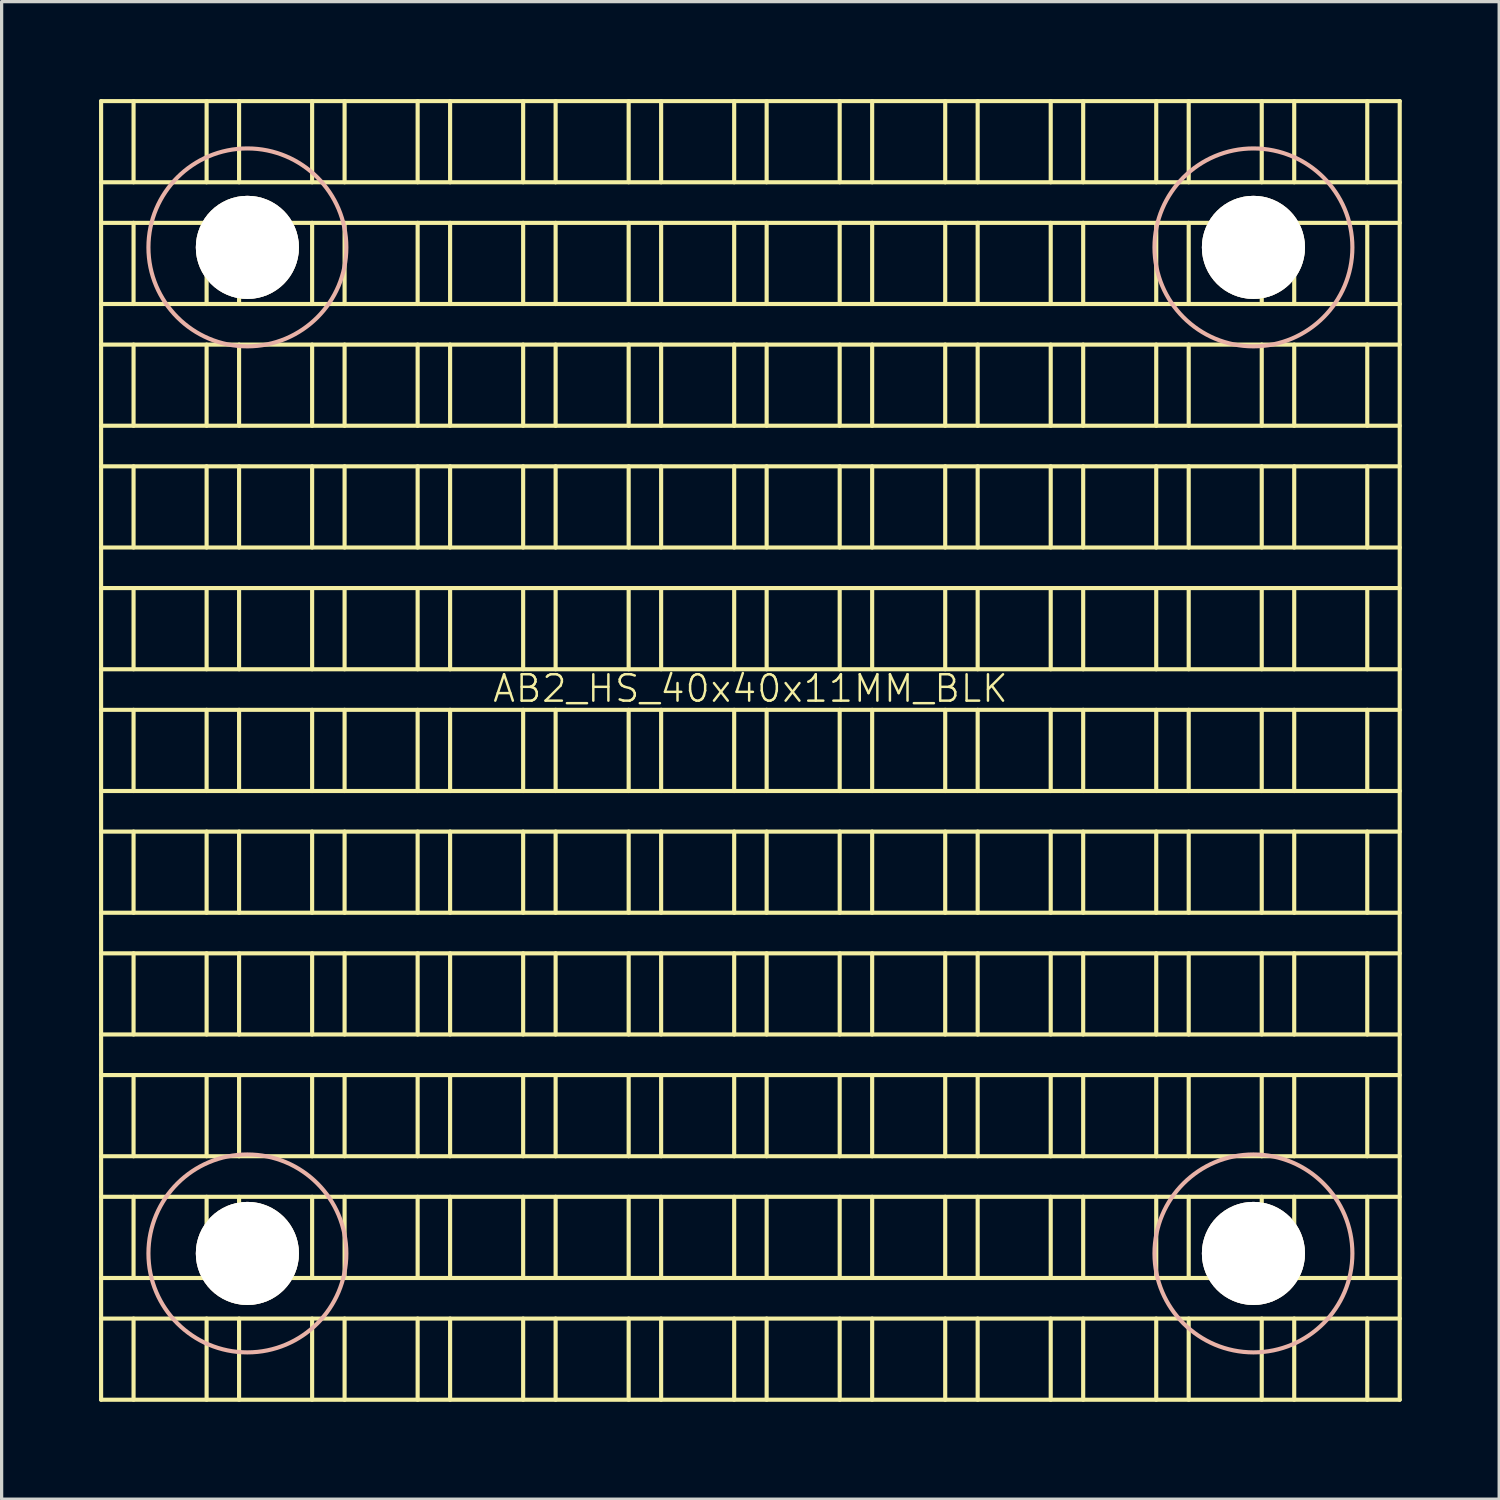
<source format=kicad_pcb>
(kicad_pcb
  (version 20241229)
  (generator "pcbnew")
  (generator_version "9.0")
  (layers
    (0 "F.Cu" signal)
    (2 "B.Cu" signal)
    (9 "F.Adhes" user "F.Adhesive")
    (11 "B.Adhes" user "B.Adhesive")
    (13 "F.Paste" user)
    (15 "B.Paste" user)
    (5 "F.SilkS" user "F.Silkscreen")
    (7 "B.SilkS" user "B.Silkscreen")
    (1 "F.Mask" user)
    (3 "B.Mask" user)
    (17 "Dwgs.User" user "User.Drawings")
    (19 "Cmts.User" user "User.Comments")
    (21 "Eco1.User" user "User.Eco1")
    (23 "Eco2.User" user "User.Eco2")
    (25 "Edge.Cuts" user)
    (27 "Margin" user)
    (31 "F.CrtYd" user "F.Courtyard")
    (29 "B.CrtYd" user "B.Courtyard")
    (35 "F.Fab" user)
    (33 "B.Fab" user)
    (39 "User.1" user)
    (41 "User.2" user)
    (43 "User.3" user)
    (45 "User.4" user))
  (footprint "AB2_HS_40x40x11MM_BLK"
    (layer "F.Cu")
    (at 20.064 20.064)
    (property "Reference" "AB2_HS_40x40x11MM_BLK" (at 0 -1.905 0) (layer "F.SilkS") (effects (font (size 0.813 0.813) (thickness 0.076))))
    (attr through_hole)
    (fp_line (start -20 -20) (end 20 -20) (stroke (width 0.127) (type solid)) (layer "F.SilkS"))
    (fp_line (start -20 -17.5) (end 20 -17.5) (stroke (width 0.127) (type solid)) (layer "F.SilkS"))
    (fp_line (start -20 -16.25) (end 20 -16.25) (stroke (width 0.127) (type solid)) (layer "F.SilkS"))
    (fp_line (start -20 -13.75) (end 20 -13.75) (stroke (width 0.127) (type solid)) (layer "F.SilkS"))
    (fp_line (start -20 -12.5) (end 20 -12.5) (stroke (width 0.127) (type solid)) (layer "F.SilkS"))
    (fp_line (start -20 -10) (end 20 -10) (stroke (width 0.127) (type solid)) (layer "F.SilkS"))
    (fp_line (start -20 -8.75) (end 20 -8.75) (stroke (width 0.127) (type solid)) (layer "F.SilkS"))
    (fp_line (start -20 -6.25) (end 20 -6.25) (stroke (width 0.127) (type solid)) (layer "F.SilkS"))
    (fp_line (start -20 -5) (end 20 -5) (stroke (width 0.127) (type solid)) (layer "F.SilkS"))
    (fp_line (start -20 -2.5) (end 20 -2.5) (stroke (width 0.127) (type solid)) (layer "F.SilkS"))
    (fp_line (start -20 -1.25) (end 20 -1.25) (stroke (width 0.127) (type solid)) (layer "F.SilkS"))
    (fp_line (start -20 1.25) (end 20 1.25) (stroke (width 0.127) (type solid)) (layer "F.SilkS"))
    (fp_line (start -20 2.5) (end 20 2.5) (stroke (width 0.127) (type solid)) (layer "F.SilkS"))
    (fp_line (start -20 5) (end 20 5) (stroke (width 0.127) (type solid)) (layer "F.SilkS"))
    (fp_line (start -20 6.25) (end 20 6.25) (stroke (width 0.127) (type solid)) (layer "F.SilkS"))
    (fp_line (start -20 8.75) (end 20 8.75) (stroke (width 0.127) (type solid)) (layer "F.SilkS"))
    (fp_line (start -20 10) (end 20 10) (stroke (width 0.127) (type solid)) (layer "F.SilkS"))
    (fp_line (start -20 12.5) (end 20 12.5) (stroke (width 0.127) (type solid)) (layer "F.SilkS"))
    (fp_line (start -20 13.75) (end 20 13.75) (stroke (width 0.127) (type solid)) (layer "F.SilkS"))
    (fp_line (start -20 16.25) (end 20 16.25) (stroke (width 0.127) (type solid)) (layer "F.SilkS"))
    (fp_line (start -20 17.5) (end 20 17.5) (stroke (width 0.127) (type solid)) (layer "F.SilkS"))
    (fp_line (start -20 20) (end -20 -20) (stroke (width 0.127) (type solid)) (layer "F.SilkS"))
    (fp_line (start -19 -20) (end -19 -17.5) (stroke (width 0.127) (type solid)) (layer "F.SilkS"))
    (fp_line (start -19 -16.25) (end -19 -13.75) (stroke (width 0.127) (type solid)) (layer "F.SilkS"))
    (fp_line (start -19 -12.5) (end -19 -10) (stroke (width 0.127) (type solid)) (layer "F.SilkS"))
    (fp_line (start -19 -8.75) (end -19 -6.25) (stroke (width 0.127) (type solid)) (layer "F.SilkS"))
    (fp_line (start -19 -5) (end -19 -2.5) (stroke (width 0.127) (type solid)) (layer "F.SilkS"))
    (fp_line (start -19 -1.25) (end -19 1.25) (stroke (width 0.127) (type solid)) (layer "F.SilkS"))
    (fp_line (start -19 2.5) (end -19 5) (stroke (width 0.127) (type solid)) (layer "F.SilkS"))
    (fp_line (start -19 6.25) (end -19 8.75) (stroke (width 0.127) (type solid)) (layer "F.SilkS"))
    (fp_line (start -19 10) (end -19 12.5) (stroke (width 0.127) (type solid)) (layer "F.SilkS"))
    (fp_line (start -19 13.75) (end -19 16.25) (stroke (width 0.127) (type solid)) (layer "F.SilkS"))
    (fp_line (start -19 17.5) (end -19 20) (stroke (width 0.127) (type solid)) (layer "F.SilkS"))
    (fp_line (start -16.75 -20) (end -16.75 -17.5) (stroke (width 0.127) (type solid)) (layer "F.SilkS"))
    (fp_line (start -16.75 -16.25) (end -16.75 -13.75) (stroke (width 0.127) (type solid)) (layer "F.SilkS"))
    (fp_line (start -16.75 -12.5) (end -16.75 -10) (stroke (width 0.127) (type solid)) (layer "F.SilkS"))
    (fp_line (start -16.75 -8.75) (end -16.75 -6.25) (stroke (width 0.127) (type solid)) (layer "F.SilkS"))
    (fp_line (start -16.75 -5) (end -16.75 -2.5) (stroke (width 0.127) (type solid)) (layer "F.SilkS"))
    (fp_line (start -16.75 -1.25) (end -16.75 1.25) (stroke (width 0.127) (type solid)) (layer "F.SilkS"))
    (fp_line (start -16.75 2.5) (end -16.75 5) (stroke (width 0.127) (type solid)) (layer "F.SilkS"))
    (fp_line (start -16.75 6.25) (end -16.75 8.75) (stroke (width 0.127) (type solid)) (layer "F.SilkS"))
    (fp_line (start -16.75 10) (end -16.75 12.5) (stroke (width 0.127) (type solid)) (layer "F.SilkS"))
    (fp_line (start -16.75 13.75) (end -16.75 16.25) (stroke (width 0.127) (type solid)) (layer "F.SilkS"))
    (fp_line (start -16.75 17.5) (end -16.75 20) (stroke (width 0.127) (type solid)) (layer "F.SilkS"))
    (fp_line (start -15.75 -20) (end -15.75 -17.5) (stroke (width 0.127) (type solid)) (layer "F.SilkS"))
    (fp_line (start -15.75 -16.25) (end -15.75 -13.75) (stroke (width 0.127) (type solid)) (layer "F.SilkS"))
    (fp_line (start -15.75 -12.5) (end -15.75 -10) (stroke (width 0.127) (type solid)) (layer "F.SilkS"))
    (fp_line (start -15.75 -8.75) (end -15.75 -6.25) (stroke (width 0.127) (type solid)) (layer "F.SilkS"))
    (fp_line (start -15.75 -5) (end -15.75 -2.5) (stroke (width 0.127) (type solid)) (layer "F.SilkS"))
    (fp_line (start -15.75 -1.25) (end -15.75 1.25) (stroke (width 0.127) (type solid)) (layer "F.SilkS"))
    (fp_line (start -15.75 2.5) (end -15.75 5) (stroke (width 0.127) (type solid)) (layer "F.SilkS"))
    (fp_line (start -15.75 6.25) (end -15.75 8.75) (stroke (width 0.127) (type solid)) (layer "F.SilkS"))
    (fp_line (start -15.75 10) (end -15.75 12.5) (stroke (width 0.127) (type solid)) (layer "F.SilkS"))
    (fp_line (start -15.75 13.75) (end -15.75 16.25) (stroke (width 0.127) (type solid)) (layer "F.SilkS"))
    (fp_line (start -15.75 17.5) (end -15.75 20) (stroke (width 0.127) (type solid)) (layer "F.SilkS"))
    (fp_line (start -13.5 -20) (end -13.5 -17.5) (stroke (width 0.127) (type solid)) (layer "F.SilkS"))
    (fp_line (start -13.5 -16.25) (end -13.5 -13.75) (stroke (width 0.127) (type solid)) (layer "F.SilkS"))
    (fp_line (start -13.5 -12.5) (end -13.5 -10) (stroke (width 0.127) (type solid)) (layer "F.SilkS"))
    (fp_line (start -13.5 -8.75) (end -13.5 -6.25) (stroke (width 0.127) (type solid)) (layer "F.SilkS"))
    (fp_line (start -13.5 -5) (end -13.5 -2.5) (stroke (width 0.127) (type solid)) (layer "F.SilkS"))
    (fp_line (start -13.5 -1.25) (end -13.5 1.25) (stroke (width 0.127) (type solid)) (layer "F.SilkS"))
    (fp_line (start -13.5 2.5) (end -13.5 5) (stroke (width 0.127) (type solid)) (layer "F.SilkS"))
    (fp_line (start -13.5 6.25) (end -13.5 8.75) (stroke (width 0.127) (type solid)) (layer "F.SilkS"))
    (fp_line (start -13.5 10) (end -13.5 12.5) (stroke (width 0.127) (type solid)) (layer "F.SilkS"))
    (fp_line (start -13.5 13.75) (end -13.5 16.25) (stroke (width 0.127) (type solid)) (layer "F.SilkS"))
    (fp_line (start -13.5 17.5) (end -13.5 20) (stroke (width 0.127) (type solid)) (layer "F.SilkS"))
    (fp_line (start -12.5 -20) (end -12.5 -17.5) (stroke (width 0.127) (type solid)) (layer "F.SilkS"))
    (fp_line (start -12.5 -16.25) (end -12.5 -13.75) (stroke (width 0.127) (type solid)) (layer "F.SilkS"))
    (fp_line (start -12.5 -12.5) (end -12.5 -10) (stroke (width 0.127) (type solid)) (layer "F.SilkS"))
    (fp_line (start -12.5 -8.75) (end -12.5 -6.25) (stroke (width 0.127) (type solid)) (layer "F.SilkS"))
    (fp_line (start -12.5 -5) (end -12.5 -2.5) (stroke (width 0.127) (type solid)) (layer "F.SilkS"))
    (fp_line (start -12.5 -1.25) (end -12.5 1.25) (stroke (width 0.127) (type solid)) (layer "F.SilkS"))
    (fp_line (start -12.5 2.5) (end -12.5 5) (stroke (width 0.127) (type solid)) (layer "F.SilkS"))
    (fp_line (start -12.5 6.25) (end -12.5 8.75) (stroke (width 0.127) (type solid)) (layer "F.SilkS"))
    (fp_line (start -12.5 10) (end -12.5 12.5) (stroke (width 0.127) (type solid)) (layer "F.SilkS"))
    (fp_line (start -12.5 13.75) (end -12.5 16.25) (stroke (width 0.127) (type solid)) (layer "F.SilkS"))
    (fp_line (start -12.5 17.5) (end -12.5 20) (stroke (width 0.127) (type solid)) (layer "F.SilkS"))
    (fp_line (start -10.25 -20) (end -10.25 -17.5) (stroke (width 0.127) (type solid)) (layer "F.SilkS"))
    (fp_line (start -10.25 -16.25) (end -10.25 -13.75) (stroke (width 0.127) (type solid)) (layer "F.SilkS"))
    (fp_line (start -10.25 -12.5) (end -10.25 -10) (stroke (width 0.127) (type solid)) (layer "F.SilkS"))
    (fp_line (start -10.25 -8.75) (end -10.25 -6.25) (stroke (width 0.127) (type solid)) (layer "F.SilkS"))
    (fp_line (start -10.25 -5) (end -10.25 -2.5) (stroke (width 0.127) (type solid)) (layer "F.SilkS"))
    (fp_line (start -10.25 -1.25) (end -10.25 1.25) (stroke (width 0.127) (type solid)) (layer "F.SilkS"))
    (fp_line (start -10.25 2.5) (end -10.25 5) (stroke (width 0.127) (type solid)) (layer "F.SilkS"))
    (fp_line (start -10.25 6.25) (end -10.25 8.75) (stroke (width 0.127) (type solid)) (layer "F.SilkS"))
    (fp_line (start -10.25 10) (end -10.25 12.5) (stroke (width 0.127) (type solid)) (layer "F.SilkS"))
    (fp_line (start -10.25 13.75) (end -10.25 16.25) (stroke (width 0.127) (type solid)) (layer "F.SilkS"))
    (fp_line (start -10.25 17.5) (end -10.25 20) (stroke (width 0.127) (type solid)) (layer "F.SilkS"))
    (fp_line (start -9.25 -20) (end -9.25 -17.5) (stroke (width 0.127) (type solid)) (layer "F.SilkS"))
    (fp_line (start -9.25 -16.25) (end -9.25 -13.75) (stroke (width 0.127) (type solid)) (layer "F.SilkS"))
    (fp_line (start -9.25 -12.5) (end -9.25 -10) (stroke (width 0.127) (type solid)) (layer "F.SilkS"))
    (fp_line (start -9.25 -8.75) (end -9.25 -6.25) (stroke (width 0.127) (type solid)) (layer "F.SilkS"))
    (fp_line (start -9.25 -5) (end -9.25 -2.5) (stroke (width 0.127) (type solid)) (layer "F.SilkS"))
    (fp_line (start -9.25 -1.25) (end -9.25 1.25) (stroke (width 0.127) (type solid)) (layer "F.SilkS"))
    (fp_line (start -9.25 2.5) (end -9.25 5) (stroke (width 0.127) (type solid)) (layer "F.SilkS"))
    (fp_line (start -9.25 6.25) (end -9.25 8.75) (stroke (width 0.127) (type solid)) (layer "F.SilkS"))
    (fp_line (start -9.25 10) (end -9.25 12.5) (stroke (width 0.127) (type solid)) (layer "F.SilkS"))
    (fp_line (start -9.25 13.75) (end -9.25 16.25) (stroke (width 0.127) (type solid)) (layer "F.SilkS"))
    (fp_line (start -9.25 17.5) (end -9.25 20) (stroke (width 0.127) (type solid)) (layer "F.SilkS"))
    (fp_line (start -7 -20) (end -7 -17.5) (stroke (width 0.127) (type solid)) (layer "F.SilkS"))
    (fp_line (start -7 -16.25) (end -7 -13.75) (stroke (width 0.127) (type solid)) (layer "F.SilkS"))
    (fp_line (start -7 -12.5) (end -7 -10) (stroke (width 0.127) (type solid)) (layer "F.SilkS"))
    (fp_line (start -7 -8.75) (end -7 -6.25) (stroke (width 0.127) (type solid)) (layer "F.SilkS"))
    (fp_line (start -7 -5) (end -7 -2.5) (stroke (width 0.127) (type solid)) (layer "F.SilkS"))
    (fp_line (start -7 -1.25) (end -7 1.25) (stroke (width 0.127) (type solid)) (layer "F.SilkS"))
    (fp_line (start -7 2.5) (end -7 5) (stroke (width 0.127) (type solid)) (layer "F.SilkS"))
    (fp_line (start -7 6.25) (end -7 8.75) (stroke (width 0.127) (type solid)) (layer "F.SilkS"))
    (fp_line (start -7 10) (end -7 12.5) (stroke (width 0.127) (type solid)) (layer "F.SilkS"))
    (fp_line (start -7 13.75) (end -7 16.25) (stroke (width 0.127) (type solid)) (layer "F.SilkS"))
    (fp_line (start -7 17.5) (end -7 20) (stroke (width 0.127) (type solid)) (layer "F.SilkS"))
    (fp_line (start -6 -20) (end -6 -17.5) (stroke (width 0.127) (type solid)) (layer "F.SilkS"))
    (fp_line (start -6 -16.25) (end -6 -13.75) (stroke (width 0.127) (type solid)) (layer "F.SilkS"))
    (fp_line (start -6 -12.5) (end -6 -10) (stroke (width 0.127) (type solid)) (layer "F.SilkS"))
    (fp_line (start -6 -8.75) (end -6 -6.25) (stroke (width 0.127) (type solid)) (layer "F.SilkS"))
    (fp_line (start -6 -5) (end -6 -2.5) (stroke (width 0.127) (type solid)) (layer "F.SilkS"))
    (fp_line (start -6 -1.25) (end -6 1.25) (stroke (width 0.127) (type solid)) (layer "F.SilkS"))
    (fp_line (start -6 2.5) (end -6 5) (stroke (width 0.127) (type solid)) (layer "F.SilkS"))
    (fp_line (start -6 6.25) (end -6 8.75) (stroke (width 0.127) (type solid)) (layer "F.SilkS"))
    (fp_line (start -6 10) (end -6 12.5) (stroke (width 0.127) (type solid)) (layer "F.SilkS"))
    (fp_line (start -6 13.75) (end -6 16.25) (stroke (width 0.127) (type solid)) (layer "F.SilkS"))
    (fp_line (start -6 17.5) (end -6 20) (stroke (width 0.127) (type solid)) (layer "F.SilkS"))
    (fp_line (start -3.75 -20) (end -3.75 -17.5) (stroke (width 0.127) (type solid)) (layer "F.SilkS"))
    (fp_line (start -3.75 -16.25) (end -3.75 -13.75) (stroke (width 0.127) (type solid)) (layer "F.SilkS"))
    (fp_line (start -3.75 -12.5) (end -3.75 -10) (stroke (width 0.127) (type solid)) (layer "F.SilkS"))
    (fp_line (start -3.75 -8.75) (end -3.75 -6.25) (stroke (width 0.127) (type solid)) (layer "F.SilkS"))
    (fp_line (start -3.75 -5) (end -3.75 -2.5) (stroke (width 0.127) (type solid)) (layer "F.SilkS"))
    (fp_line (start -3.75 -1.25) (end -3.75 1.25) (stroke (width 0.127) (type solid)) (layer "F.SilkS"))
    (fp_line (start -3.75 2.5) (end -3.75 5) (stroke (width 0.127) (type solid)) (layer "F.SilkS"))
    (fp_line (start -3.75 6.25) (end -3.75 8.75) (stroke (width 0.127) (type solid)) (layer "F.SilkS"))
    (fp_line (start -3.75 10) (end -3.75 12.5) (stroke (width 0.127) (type solid)) (layer "F.SilkS"))
    (fp_line (start -3.75 13.75) (end -3.75 16.25) (stroke (width 0.127) (type solid)) (layer "F.SilkS"))
    (fp_line (start -3.75 17.5) (end -3.75 20) (stroke (width 0.127) (type solid)) (layer "F.SilkS"))
    (fp_line (start -2.75 -20) (end -2.75 -17.5) (stroke (width 0.127) (type solid)) (layer "F.SilkS"))
    (fp_line (start -2.75 -16.25) (end -2.75 -13.75) (stroke (width 0.127) (type solid)) (layer "F.SilkS"))
    (fp_line (start -2.75 -12.5) (end -2.75 -10) (stroke (width 0.127) (type solid)) (layer "F.SilkS"))
    (fp_line (start -2.75 -8.75) (end -2.75 -6.25) (stroke (width 0.127) (type solid)) (layer "F.SilkS"))
    (fp_line (start -2.75 -5) (end -2.75 -2.5) (stroke (width 0.127) (type solid)) (layer "F.SilkS"))
    (fp_line (start -2.75 -1.25) (end -2.75 1.25) (stroke (width 0.127) (type solid)) (layer "F.SilkS"))
    (fp_line (start -2.75 2.5) (end -2.75 5) (stroke (width 0.127) (type solid)) (layer "F.SilkS"))
    (fp_line (start -2.75 6.25) (end -2.75 8.75) (stroke (width 0.127) (type solid)) (layer "F.SilkS"))
    (fp_line (start -2.75 10) (end -2.75 12.5) (stroke (width 0.127) (type solid)) (layer "F.SilkS"))
    (fp_line (start -2.75 13.75) (end -2.75 16.25) (stroke (width 0.127) (type solid)) (layer "F.SilkS"))
    (fp_line (start -2.75 17.5) (end -2.75 20) (stroke (width 0.127) (type solid)) (layer "F.SilkS"))
    (fp_line (start -0.5 -20) (end -0.5 -17.5) (stroke (width 0.127) (type solid)) (layer "F.SilkS"))
    (fp_line (start -0.5 -16.25) (end -0.5 -13.75) (stroke (width 0.127) (type solid)) (layer "F.SilkS"))
    (fp_line (start -0.5 -12.5) (end -0.5 -10) (stroke (width 0.127) (type solid)) (layer "F.SilkS"))
    (fp_line (start -0.5 -8.75) (end -0.5 -6.25) (stroke (width 0.127) (type solid)) (layer "F.SilkS"))
    (fp_line (start -0.5 -5) (end -0.5 -2.5) (stroke (width 0.127) (type solid)) (layer "F.SilkS"))
    (fp_line (start -0.5 -1.25) (end -0.5 1.25) (stroke (width 0.127) (type solid)) (layer "F.SilkS"))
    (fp_line (start -0.5 2.5) (end -0.5 5) (stroke (width 0.127) (type solid)) (layer "F.SilkS"))
    (fp_line (start -0.5 6.25) (end -0.5 8.75) (stroke (width 0.127) (type solid)) (layer "F.SilkS"))
    (fp_line (start -0.5 10) (end -0.5 12.5) (stroke (width 0.127) (type solid)) (layer "F.SilkS"))
    (fp_line (start -0.5 13.75) (end -0.5 16.25) (stroke (width 0.127) (type solid)) (layer "F.SilkS"))
    (fp_line (start -0.5 17.5) (end -0.5 20) (stroke (width 0.127) (type solid)) (layer "F.SilkS"))
    (fp_line (start 0.5 -20) (end 0.5 -17.5) (stroke (width 0.127) (type solid)) (layer "F.SilkS"))
    (fp_line (start 0.5 -16.25) (end 0.5 -13.75) (stroke (width 0.127) (type solid)) (layer "F.SilkS"))
    (fp_line (start 0.5 -12.5) (end 0.5 -10) (stroke (width 0.127) (type solid)) (layer "F.SilkS"))
    (fp_line (start 0.5 -8.75) (end 0.5 -6.25) (stroke (width 0.127) (type solid)) (layer "F.SilkS"))
    (fp_line (start 0.5 -5) (end 0.5 -2.5) (stroke (width 0.127) (type solid)) (layer "F.SilkS"))
    (fp_line (start 0.5 -1.25) (end 0.5 1.25) (stroke (width 0.127) (type solid)) (layer "F.SilkS"))
    (fp_line (start 0.5 2.5) (end 0.5 5) (stroke (width 0.127) (type solid)) (layer "F.SilkS"))
    (fp_line (start 0.5 6.25) (end 0.5 8.75) (stroke (width 0.127) (type solid)) (layer "F.SilkS"))
    (fp_line (start 0.5 10) (end 0.5 12.5) (stroke (width 0.127) (type solid)) (layer "F.SilkS"))
    (fp_line (start 0.5 13.75) (end 0.5 16.25) (stroke (width 0.127) (type solid)) (layer "F.SilkS"))
    (fp_line (start 0.5 17.5) (end 0.5 20) (stroke (width 0.127) (type solid)) (layer "F.SilkS"))
    (fp_line (start 2.75 -20) (end 2.75 -17.5) (stroke (width 0.127) (type solid)) (layer "F.SilkS"))
    (fp_line (start 2.75 -16.25) (end 2.75 -13.75) (stroke (width 0.127) (type solid)) (layer "F.SilkS"))
    (fp_line (start 2.75 -12.5) (end 2.75 -10) (stroke (width 0.127) (type solid)) (layer "F.SilkS"))
    (fp_line (start 2.75 -8.75) (end 2.75 -6.25) (stroke (width 0.127) (type solid)) (layer "F.SilkS"))
    (fp_line (start 2.75 -5) (end 2.75 -2.5) (stroke (width 0.127) (type solid)) (layer "F.SilkS"))
    (fp_line (start 2.75 -1.25) (end 2.75 1.25) (stroke (width 0.127) (type solid)) (layer "F.SilkS"))
    (fp_line (start 2.75 2.5) (end 2.75 5) (stroke (width 0.127) (type solid)) (layer "F.SilkS"))
    (fp_line (start 2.75 6.25) (end 2.75 8.75) (stroke (width 0.127) (type solid)) (layer "F.SilkS"))
    (fp_line (start 2.75 10) (end 2.75 12.5) (stroke (width 0.127) (type solid)) (layer "F.SilkS"))
    (fp_line (start 2.75 13.75) (end 2.75 16.25) (stroke (width 0.127) (type solid)) (layer "F.SilkS"))
    (fp_line (start 2.75 17.5) (end 2.75 20) (stroke (width 0.127) (type solid)) (layer "F.SilkS"))
    (fp_line (start 3.75 -20) (end 3.75 -17.5) (stroke (width 0.127) (type solid)) (layer "F.SilkS"))
    (fp_line (start 3.75 -16.25) (end 3.75 -13.75) (stroke (width 0.127) (type solid)) (layer "F.SilkS"))
    (fp_line (start 3.75 -12.5) (end 3.75 -10) (stroke (width 0.127) (type solid)) (layer "F.SilkS"))
    (fp_line (start 3.75 -8.75) (end 3.75 -6.25) (stroke (width 0.127) (type solid)) (layer "F.SilkS"))
    (fp_line (start 3.75 -5) (end 3.75 -2.5) (stroke (width 0.127) (type solid)) (layer "F.SilkS"))
    (fp_line (start 3.75 -1.25) (end 3.75 1.25) (stroke (width 0.127) (type solid)) (layer "F.SilkS"))
    (fp_line (start 3.75 2.5) (end 3.75 5) (stroke (width 0.127) (type solid)) (layer "F.SilkS"))
    (fp_line (start 3.75 6.25) (end 3.75 8.75) (stroke (width 0.127) (type solid)) (layer "F.SilkS"))
    (fp_line (start 3.75 10) (end 3.75 12.5) (stroke (width 0.127) (type solid)) (layer "F.SilkS"))
    (fp_line (start 3.75 13.75) (end 3.75 16.25) (stroke (width 0.127) (type solid)) (layer "F.SilkS"))
    (fp_line (start 3.75 17.5) (end 3.75 20) (stroke (width 0.127) (type solid)) (layer "F.SilkS"))
    (fp_line (start 6 -20) (end 6 -17.5) (stroke (width 0.127) (type solid)) (layer "F.SilkS"))
    (fp_line (start 6 -16.25) (end 6 -13.75) (stroke (width 0.127) (type solid)) (layer "F.SilkS"))
    (fp_line (start 6 -12.5) (end 6 -10) (stroke (width 0.127) (type solid)) (layer "F.SilkS"))
    (fp_line (start 6 -8.75) (end 6 -6.25) (stroke (width 0.127) (type solid)) (layer "F.SilkS"))
    (fp_line (start 6 -5) (end 6 -2.5) (stroke (width 0.127) (type solid)) (layer "F.SilkS"))
    (fp_line (start 6 -1.25) (end 6 1.25) (stroke (width 0.127) (type solid)) (layer "F.SilkS"))
    (fp_line (start 6 2.5) (end 6 5) (stroke (width 0.127) (type solid)) (layer "F.SilkS"))
    (fp_line (start 6 6.25) (end 6 8.75) (stroke (width 0.127) (type solid)) (layer "F.SilkS"))
    (fp_line (start 6 10) (end 6 12.5) (stroke (width 0.127) (type solid)) (layer "F.SilkS"))
    (fp_line (start 6 13.75) (end 6 16.25) (stroke (width 0.127) (type solid)) (layer "F.SilkS"))
    (fp_line (start 6 17.5) (end 6 20) (stroke (width 0.127) (type solid)) (layer "F.SilkS"))
    (fp_line (start 7 -20) (end 7 -17.5) (stroke (width 0.127) (type solid)) (layer "F.SilkS"))
    (fp_line (start 7 -16.25) (end 7 -13.75) (stroke (width 0.127) (type solid)) (layer "F.SilkS"))
    (fp_line (start 7 -12.5) (end 7 -10) (stroke (width 0.127) (type solid)) (layer "F.SilkS"))
    (fp_line (start 7 -8.75) (end 7 -6.25) (stroke (width 0.127) (type solid)) (layer "F.SilkS"))
    (fp_line (start 7 -5) (end 7 -2.5) (stroke (width 0.127) (type solid)) (layer "F.SilkS"))
    (fp_line (start 7 -1.25) (end 7 1.25) (stroke (width 0.127) (type solid)) (layer "F.SilkS"))
    (fp_line (start 7 2.5) (end 7 5) (stroke (width 0.127) (type solid)) (layer "F.SilkS"))
    (fp_line (start 7 6.25) (end 7 8.75) (stroke (width 0.127) (type solid)) (layer "F.SilkS"))
    (fp_line (start 7 10) (end 7 12.5) (stroke (width 0.127) (type solid)) (layer "F.SilkS"))
    (fp_line (start 7 13.75) (end 7 16.25) (stroke (width 0.127) (type solid)) (layer "F.SilkS"))
    (fp_line (start 7 17.5) (end 7 20) (stroke (width 0.127) (type solid)) (layer "F.SilkS"))
    (fp_line (start 9.25 -20) (end 9.25 -17.5) (stroke (width 0.127) (type solid)) (layer "F.SilkS"))
    (fp_line (start 9.25 -16.25) (end 9.25 -13.75) (stroke (width 0.127) (type solid)) (layer "F.SilkS"))
    (fp_line (start 9.25 -12.5) (end 9.25 -10) (stroke (width 0.127) (type solid)) (layer "F.SilkS"))
    (fp_line (start 9.25 -8.75) (end 9.25 -6.25) (stroke (width 0.127) (type solid)) (layer "F.SilkS"))
    (fp_line (start 9.25 -5) (end 9.25 -2.5) (stroke (width 0.127) (type solid)) (layer "F.SilkS"))
    (fp_line (start 9.25 -1.25) (end 9.25 1.25) (stroke (width 0.127) (type solid)) (layer "F.SilkS"))
    (fp_line (start 9.25 2.5) (end 9.25 5) (stroke (width 0.127) (type solid)) (layer "F.SilkS"))
    (fp_line (start 9.25 6.25) (end 9.25 8.75) (stroke (width 0.127) (type solid)) (layer "F.SilkS"))
    (fp_line (start 9.25 10) (end 9.25 12.5) (stroke (width 0.127) (type solid)) (layer "F.SilkS"))
    (fp_line (start 9.25 13.75) (end 9.25 16.25) (stroke (width 0.127) (type solid)) (layer "F.SilkS"))
    (fp_line (start 9.25 17.5) (end 9.25 20) (stroke (width 0.127) (type solid)) (layer "F.SilkS"))
    (fp_line (start 10.25 -20) (end 10.25 -17.5) (stroke (width 0.127) (type solid)) (layer "F.SilkS"))
    (fp_line (start 10.25 -16.25) (end 10.25 -13.75) (stroke (width 0.127) (type solid)) (layer "F.SilkS"))
    (fp_line (start 10.25 -12.5) (end 10.25 -10) (stroke (width 0.127) (type solid)) (layer "F.SilkS"))
    (fp_line (start 10.25 -8.75) (end 10.25 -6.25) (stroke (width 0.127) (type solid)) (layer "F.SilkS"))
    (fp_line (start 10.25 -5) (end 10.25 -2.5) (stroke (width 0.127) (type solid)) (layer "F.SilkS"))
    (fp_line (start 10.25 -1.25) (end 10.25 1.25) (stroke (width 0.127) (type solid)) (layer "F.SilkS"))
    (fp_line (start 10.25 2.5) (end 10.25 5) (stroke (width 0.127) (type solid)) (layer "F.SilkS"))
    (fp_line (start 10.25 6.25) (end 10.25 8.75) (stroke (width 0.127) (type solid)) (layer "F.SilkS"))
    (fp_line (start 10.25 10) (end 10.25 12.5) (stroke (width 0.127) (type solid)) (layer "F.SilkS"))
    (fp_line (start 10.25 13.75) (end 10.25 16.25) (stroke (width 0.127) (type solid)) (layer "F.SilkS"))
    (fp_line (start 10.25 17.5) (end 10.25 20) (stroke (width 0.127) (type solid)) (layer "F.SilkS"))
    (fp_line (start 12.5 -20) (end 12.5 -17.5) (stroke (width 0.127) (type solid)) (layer "F.SilkS"))
    (fp_line (start 12.5 -16.25) (end 12.5 -13.75) (stroke (width 0.127) (type solid)) (layer "F.SilkS"))
    (fp_line (start 12.5 -12.5) (end 12.5 -10) (stroke (width 0.127) (type solid)) (layer "F.SilkS"))
    (fp_line (start 12.5 -8.75) (end 12.5 -6.25) (stroke (width 0.127) (type solid)) (layer "F.SilkS"))
    (fp_line (start 12.5 -5) (end 12.5 -2.5) (stroke (width 0.127) (type solid)) (layer "F.SilkS"))
    (fp_line (start 12.5 -1.25) (end 12.5 1.25) (stroke (width 0.127) (type solid)) (layer "F.SilkS"))
    (fp_line (start 12.5 2.5) (end 12.5 5) (stroke (width 0.127) (type solid)) (layer "F.SilkS"))
    (fp_line (start 12.5 6.25) (end 12.5 8.75) (stroke (width 0.127) (type solid)) (layer "F.SilkS"))
    (fp_line (start 12.5 10) (end 12.5 12.5) (stroke (width 0.127) (type solid)) (layer "F.SilkS"))
    (fp_line (start 12.5 13.75) (end 12.5 16.25) (stroke (width 0.127) (type solid)) (layer "F.SilkS"))
    (fp_line (start 12.5 17.5) (end 12.5 20) (stroke (width 0.127) (type solid)) (layer "F.SilkS"))
    (fp_line (start 13.5 -20) (end 13.5 -17.5) (stroke (width 0.127) (type solid)) (layer "F.SilkS"))
    (fp_line (start 13.5 -16.25) (end 13.5 -13.75) (stroke (width 0.127) (type solid)) (layer "F.SilkS"))
    (fp_line (start 13.5 -12.5) (end 13.5 -10) (stroke (width 0.127) (type solid)) (layer "F.SilkS"))
    (fp_line (start 13.5 -8.75) (end 13.5 -6.25) (stroke (width 0.127) (type solid)) (layer "F.SilkS"))
    (fp_line (start 13.5 -5) (end 13.5 -2.5) (stroke (width 0.127) (type solid)) (layer "F.SilkS"))
    (fp_line (start 13.5 -1.25) (end 13.5 1.25) (stroke (width 0.127) (type solid)) (layer "F.SilkS"))
    (fp_line (start 13.5 2.5) (end 13.5 5) (stroke (width 0.127) (type solid)) (layer "F.SilkS"))
    (fp_line (start 13.5 6.25) (end 13.5 8.75) (stroke (width 0.127) (type solid)) (layer "F.SilkS"))
    (fp_line (start 13.5 10) (end 13.5 12.5) (stroke (width 0.127) (type solid)) (layer "F.SilkS"))
    (fp_line (start 13.5 13.75) (end 13.5 16.25) (stroke (width 0.127) (type solid)) (layer "F.SilkS"))
    (fp_line (start 13.5 17.5) (end 13.5 20) (stroke (width 0.127) (type solid)) (layer "F.SilkS"))
    (fp_line (start 15.75 -20) (end 15.75 -17.5) (stroke (width 0.127) (type solid)) (layer "F.SilkS"))
    (fp_line (start 15.75 -16.25) (end 15.75 -13.75) (stroke (width 0.127) (type solid)) (layer "F.SilkS"))
    (fp_line (start 15.75 -12.5) (end 15.75 -10) (stroke (width 0.127) (type solid)) (layer "F.SilkS"))
    (fp_line (start 15.75 -8.75) (end 15.75 -6.25) (stroke (width 0.127) (type solid)) (layer "F.SilkS"))
    (fp_line (start 15.75 -5) (end 15.75 -2.5) (stroke (width 0.127) (type solid)) (layer "F.SilkS"))
    (fp_line (start 15.75 -1.25) (end 15.75 1.25) (stroke (width 0.127) (type solid)) (layer "F.SilkS"))
    (fp_line (start 15.75 2.5) (end 15.75 5) (stroke (width 0.127) (type solid)) (layer "F.SilkS"))
    (fp_line (start 15.75 6.25) (end 15.75 8.75) (stroke (width 0.127) (type solid)) (layer "F.SilkS"))
    (fp_line (start 15.75 10) (end 15.75 12.5) (stroke (width 0.127) (type solid)) (layer "F.SilkS"))
    (fp_line (start 15.75 13.75) (end 15.75 16.25) (stroke (width 0.127) (type solid)) (layer "F.SilkS"))
    (fp_line (start 15.75 17.5) (end 15.75 20) (stroke (width 0.127) (type solid)) (layer "F.SilkS"))
    (fp_line (start 16.75 -20) (end 16.75 -17.5) (stroke (width 0.127) (type solid)) (layer "F.SilkS"))
    (fp_line (start 16.75 -16.25) (end 16.75 -13.75) (stroke (width 0.127) (type solid)) (layer "F.SilkS"))
    (fp_line (start 16.75 -12.5) (end 16.75 -10) (stroke (width 0.127) (type solid)) (layer "F.SilkS"))
    (fp_line (start 16.75 -8.75) (end 16.75 -6.25) (stroke (width 0.127) (type solid)) (layer "F.SilkS"))
    (fp_line (start 16.75 -5) (end 16.75 -2.5) (stroke (width 0.127) (type solid)) (layer "F.SilkS"))
    (fp_line (start 16.75 -1.25) (end 16.75 1.25) (stroke (width 0.127) (type solid)) (layer "F.SilkS"))
    (fp_line (start 16.75 2.5) (end 16.75 5) (stroke (width 0.127) (type solid)) (layer "F.SilkS"))
    (fp_line (start 16.75 6.25) (end 16.75 8.75) (stroke (width 0.127) (type solid)) (layer "F.SilkS"))
    (fp_line (start 16.75 10) (end 16.75 12.5) (stroke (width 0.127) (type solid)) (layer "F.SilkS"))
    (fp_line (start 16.75 13.75) (end 16.75 16.25) (stroke (width 0.127) (type solid)) (layer "F.SilkS"))
    (fp_line (start 16.75 17.5) (end 16.75 20) (stroke (width 0.127) (type solid)) (layer "F.SilkS"))
    (fp_line (start 19 -20) (end 19 -17.5) (stroke (width 0.127) (type solid)) (layer "F.SilkS"))
    (fp_line (start 19 -16.25) (end 19 -13.75) (stroke (width 0.127) (type solid)) (layer "F.SilkS"))
    (fp_line (start 19 -12.5) (end 19 -10) (stroke (width 0.127) (type solid)) (layer "F.SilkS"))
    (fp_line (start 19 -8.75) (end 19 -6.25) (stroke (width 0.127) (type solid)) (layer "F.SilkS"))
    (fp_line (start 19 -5) (end 19 -2.5) (stroke (width 0.127) (type solid)) (layer "F.SilkS"))
    (fp_line (start 19 -1.25) (end 19 1.25) (stroke (width 0.127) (type solid)) (layer "F.SilkS"))
    (fp_line (start 19 2.5) (end 19 5) (stroke (width 0.127) (type solid)) (layer "F.SilkS"))
    (fp_line (start 19 6.25) (end 19 8.75) (stroke (width 0.127) (type solid)) (layer "F.SilkS"))
    (fp_line (start 19 10) (end 19 12.5) (stroke (width 0.127) (type solid)) (layer "F.SilkS"))
    (fp_line (start 19 13.75) (end 19 16.25) (stroke (width 0.127) (type solid)) (layer "F.SilkS"))
    (fp_line (start 19 17.5) (end 19 20) (stroke (width 0.127) (type solid)) (layer "F.SilkS"))
    (fp_line (start 20 -20) (end 20 20) (stroke (width 0.127) (type solid)) (layer "F.SilkS"))
    (fp_line (start 20 20) (end -20 20) (stroke (width 0.127) (type solid)) (layer "F.SilkS"))
    (fp_circle (center -15.494 -15.494) (end -15.494 -18.542) (stroke (width 0.127) (type solid)) (fill no) (layer "B.SilkS"))
    (fp_circle (center -15.494 15.494) (end -15.494 12.446) (stroke (width 0.127) (type solid)) (fill no) (layer "B.SilkS"))
    (fp_circle (center 15.494 -15.494) (end 15.494 -18.542) (stroke (width 0.127) (type solid)) (fill no) (layer "B.SilkS"))
    (fp_circle (center 15.494 15.494) (end 15.494 12.446) (stroke (width 0.127) (type solid)) (fill no) (layer "B.SilkS"))
    (pad "" thru_hole circle (at -15.494 -15.494) (size 3.175 3.175) (drill 3.175) (layers "*.Cu" "*.Mask" "F.SilkS"))
    (pad "" thru_hole circle (at -15.494 15.494) (size 3.175 3.175) (drill 3.175) (layers "*.Cu" "*.Mask" "F.SilkS"))
    (pad "" thru_hole circle (at 15.494 -15.494) (size 3.175 3.175) (drill 3.175) (layers "*.Cu" "*.Mask" "F.SilkS"))
    (pad "" thru_hole circle (at 15.494 15.494) (size 3.175 3.175) (drill 3.175) (layers "*.Cu" "*.Mask" "F.SilkS")))
  (gr_rect
    (start -3 -3)
    (end 43.127 43.127)
    (stroke (width 0.1) (type default))
    (fill no)
    (layer "Edge.Cuts")))
</source>
